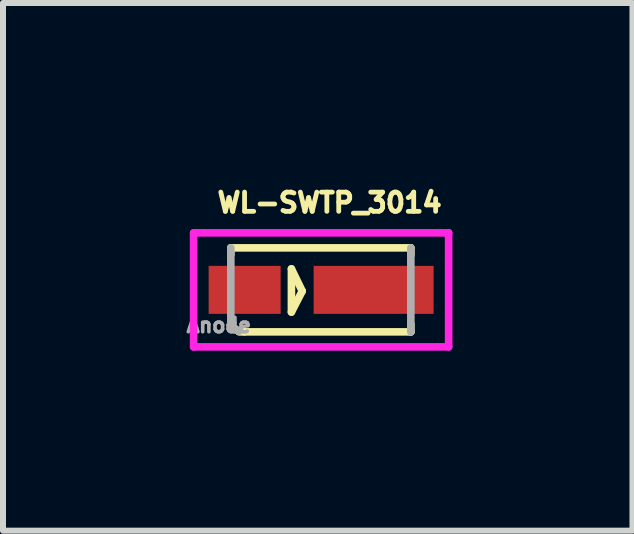
<source format=kicad_pcb>
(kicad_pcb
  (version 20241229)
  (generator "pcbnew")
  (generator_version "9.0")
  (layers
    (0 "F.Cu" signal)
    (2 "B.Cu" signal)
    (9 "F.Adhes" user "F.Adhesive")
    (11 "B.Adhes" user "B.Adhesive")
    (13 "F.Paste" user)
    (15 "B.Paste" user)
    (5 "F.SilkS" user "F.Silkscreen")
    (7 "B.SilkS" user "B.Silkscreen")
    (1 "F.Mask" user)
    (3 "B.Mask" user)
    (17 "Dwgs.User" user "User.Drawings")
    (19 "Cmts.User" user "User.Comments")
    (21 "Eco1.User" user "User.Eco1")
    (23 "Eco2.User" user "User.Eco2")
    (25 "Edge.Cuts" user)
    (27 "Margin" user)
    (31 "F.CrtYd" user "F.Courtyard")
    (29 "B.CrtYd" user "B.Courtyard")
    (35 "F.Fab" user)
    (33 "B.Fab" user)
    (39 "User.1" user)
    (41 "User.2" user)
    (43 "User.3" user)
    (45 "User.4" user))
  (footprint "WL-SWTP_3014"
    (layer "F.Cu")
    (at 2.297 1.781)
    (property "Reference" "WL-SWTP_3014" (at 0.146 -1.453 0) (layer "F.SilkS") (effects (font (size 0.32 0.32) (thickness 0.15))))
    (attr through_hole)
    (fp_line (start -1.5 -0.7) (end 1.5 -0.7) (stroke (width 0.127) (type solid)) (layer "F.SilkS"))
    (fp_line (start -1.5 -0.59) (end -1.5 -0.7) (stroke (width 0.127) (type solid)) (layer "F.SilkS"))
    (fp_line (start -1.5 0.58) (end -1.5 0.57) (stroke (width 0.127) (type solid)) (layer "F.SilkS"))
    (fp_line (start -1.5 0.6) (end -1.37 0.69) (stroke (width 0.127) (type solid)) (layer "F.SilkS"))
    (fp_line (start -1.28 0.7) (end -1.36 0.7) (stroke (width 0.127) (type solid)) (layer "F.SilkS"))
    (fp_line (start -1.27 0.7) (end 1.5 0.7) (stroke (width 0.127) (type solid)) (layer "F.SilkS"))
    (fp_line (start -0.49 -0.35) (end -0.49 0.37) (stroke (width 0.127) (type solid)) (layer "F.SilkS"))
    (fp_line (start -0.49 0.37) (end -0.31 0.02) (stroke (width 0.127) (type solid)) (layer "F.SilkS"))
    (fp_line (start -0.31 0.02) (end -0.49 -0.35) (stroke (width 0.127) (type solid)) (layer "F.SilkS"))
    (fp_line (start 1.5 -0.58) (end 1.5 -0.7) (stroke (width 0.127) (type solid)) (layer "F.SilkS"))
    (fp_line (start 1.5 0.57) (end 1.5 0.7) (stroke (width 0.127) (type solid)) (layer "F.SilkS"))
    (fp_line (start -2.12 -0.95) (end -2.12 0.95) (stroke (width 0.127) (type solid)) (layer "F.CrtYd"))
    (fp_line (start -2.12 0.95) (end 2.13 0.95) (stroke (width 0.127) (type solid)) (layer "F.CrtYd"))
    (fp_line (start 2.13 -0.95) (end -2.12 -0.95) (stroke (width 0.127) (type solid)) (layer "F.CrtYd"))
    (fp_line (start 2.13 0.95) (end 2.13 -0.95) (stroke (width 0.127) (type solid)) (layer "F.CrtYd"))
    (fp_line (start -1.5 -0.7) (end -1.5 0.6) (stroke (width 0.127) (type solid)) (layer "F.Fab"))
    (fp_line (start -1.37 0.69) (end -1.5 0.6) (stroke (width 0.127) (type solid)) (layer "F.Fab"))
    (fp_line (start 1.5 -0.7) (end 1.5 0.7) (stroke (width 0.127) (type solid)) (layer "F.Fab"))
    (fp_text user "Anode" (at -1.7 0.59 0) (layer "F.Fab") (effects (font (size 0.24 0.24) (thickness 0.15))))
    (pad "1" smd rect (at 0.88 0) (size 2 0.8) (layers "F.Cu" "F.Mask" "F.Paste"))
    (pad "2" smd rect (at -1.27 0) (size 1.2 0.8) (layers "F.Cu" "F.Mask" "F.Paste")))
  (gr_rect
    (start -3 -3)
    (end 7.491 5.794)
    (stroke (width 0.1) (type default))
    (fill no)
    (layer "Edge.Cuts")))
</source>
